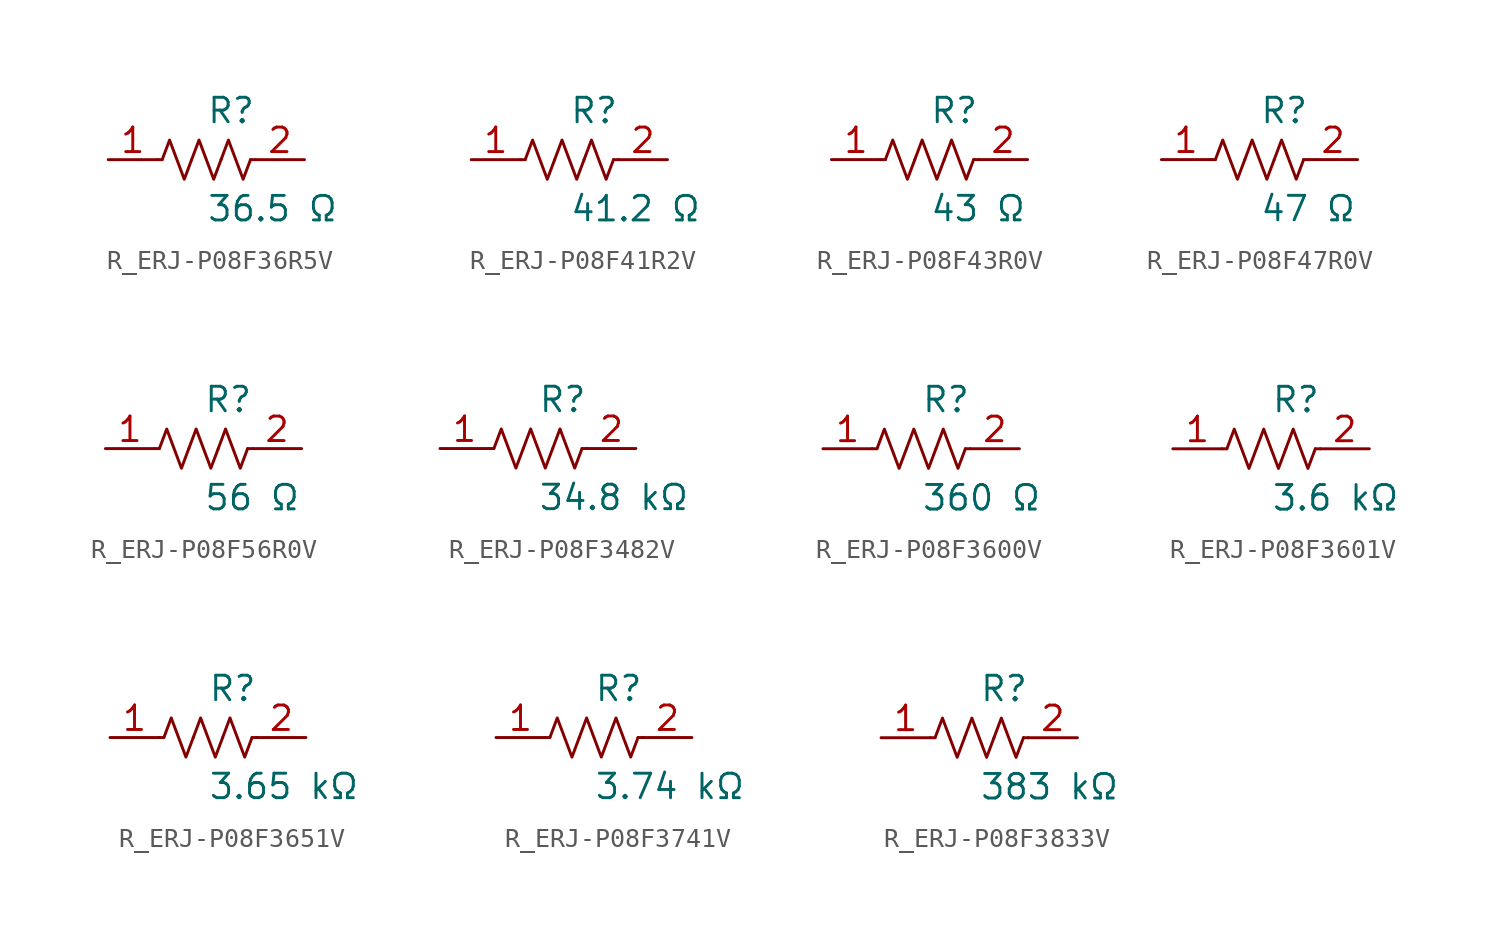
<source format=kicad_sym>
(kicad_symbol_lib
  (version 20231120)
  (generator kicad_symbol_editor)
  (generator_version 8.0)
  (symbol "R_ERJ-P08F36R5V"
    (pin_names
      (offset 0.254))
    (property "Reference" "R"
      (at 0.0 2.54 0)
      (effects (font (size 1.27 1.27)) (justify left)))
    (property "Value" "36.5 Ω"
      (at 0.0 -2.54 0)
      (effects (font (size 1.27 1.27)) (justify left)))
    (symbol "R_ERJ-P08F36R5V_0_1"
      (polyline (pts (xy 2.286 0) (xy 2.54 0)) (stroke (width 0) (type default)) (fill (type none)))
      (polyline (pts (xy -2.286 0) (xy -2.54 0)) (stroke (width 0) (type default)) (fill (type none)))
      (polyline (pts (xy 0.762 0) (xy 1.143 1.016) (xy 1.524 0) (xy 1.905 -1.016) (xy 2.286 0)) (stroke (width 0) (type default)) (fill (type none)))
      (polyline (pts (xy -0.762 0) (xy -0.381 1.016) (xy 0 0) (xy 0.381 -1.016) (xy 0.762 0)) (stroke (width 0) (type default)) (fill (type none)))
      (polyline (pts (xy -2.286 0) (xy -1.905 1.016) (xy -1.524 0) (xy -1.143 -1.016) (xy -0.762 0)) (stroke (width 0) (type default)) (fill (type none))))
    (pin unspecified line
      (at -5.08 0 0)
      (length 2.54)
      (name "" (effects (font (size 1.27 1.27))))
      (number "1" (effects (font (size 1.27 1.27)))))
    (pin unspecified line
      (at 5.08 0 180)
      (length 2.54)
      (name "" (effects (font (size 1.27 1.27))))
      (number "2" (effects (font (size 1.27 1.27))))))
  (symbol "R_ERJ-P08F41R2V"
    (pin_names
      (offset 0.254))
    (property "Reference" "R"
      (at 0.0 2.54 0)
      (effects (font (size 1.27 1.27)) (justify left)))
    (property "Value" "41.2 Ω"
      (at 0.0 -2.54 0)
      (effects (font (size 1.27 1.27)) (justify left)))
    (symbol "R_ERJ-P08F41R2V_0_1"
      (polyline (pts (xy 2.286 0) (xy 2.54 0)) (stroke (width 0) (type default)) (fill (type none)))
      (polyline (pts (xy -2.286 0) (xy -2.54 0)) (stroke (width 0) (type default)) (fill (type none)))
      (polyline (pts (xy 0.762 0) (xy 1.143 1.016) (xy 1.524 0) (xy 1.905 -1.016) (xy 2.286 0)) (stroke (width 0) (type default)) (fill (type none)))
      (polyline (pts (xy -0.762 0) (xy -0.381 1.016) (xy 0 0) (xy 0.381 -1.016) (xy 0.762 0)) (stroke (width 0) (type default)) (fill (type none)))
      (polyline (pts (xy -2.286 0) (xy -1.905 1.016) (xy -1.524 0) (xy -1.143 -1.016) (xy -0.762 0)) (stroke (width 0) (type default)) (fill (type none))))
    (pin unspecified line
      (at -5.08 0 0)
      (length 2.54)
      (name "" (effects (font (size 1.27 1.27))))
      (number "1" (effects (font (size 1.27 1.27)))))
    (pin unspecified line
      (at 5.08 0 180)
      (length 2.54)
      (name "" (effects (font (size 1.27 1.27))))
      (number "2" (effects (font (size 1.27 1.27))))))
  (symbol "R_ERJ-P08F43R0V"
    (pin_names
      (offset 0.254))
    (property "Reference" "R"
      (at 0.0 2.54 0)
      (effects (font (size 1.27 1.27)) (justify left)))
    (property "Value" "43 Ω"
      (at 0.0 -2.54 0)
      (effects (font (size 1.27 1.27)) (justify left)))
    (symbol "R_ERJ-P08F43R0V_0_1"
      (polyline (pts (xy 2.286 0) (xy 2.54 0)) (stroke (width 0) (type default)) (fill (type none)))
      (polyline (pts (xy -2.286 0) (xy -2.54 0)) (stroke (width 0) (type default)) (fill (type none)))
      (polyline (pts (xy 0.762 0) (xy 1.143 1.016) (xy 1.524 0) (xy 1.905 -1.016) (xy 2.286 0)) (stroke (width 0) (type default)) (fill (type none)))
      (polyline (pts (xy -0.762 0) (xy -0.381 1.016) (xy 0 0) (xy 0.381 -1.016) (xy 0.762 0)) (stroke (width 0) (type default)) (fill (type none)))
      (polyline (pts (xy -2.286 0) (xy -1.905 1.016) (xy -1.524 0) (xy -1.143 -1.016) (xy -0.762 0)) (stroke (width 0) (type default)) (fill (type none))))
    (pin unspecified line
      (at -5.08 0 0)
      (length 2.54)
      (name "" (effects (font (size 1.27 1.27))))
      (number "1" (effects (font (size 1.27 1.27)))))
    (pin unspecified line
      (at 5.08 0 180)
      (length 2.54)
      (name "" (effects (font (size 1.27 1.27))))
      (number "2" (effects (font (size 1.27 1.27))))))
  (symbol "R_ERJ-P08F47R0V"
    (pin_names
      (offset 0.254))
    (property "Reference" "R"
      (at 0.0 2.54 0)
      (effects (font (size 1.27 1.27)) (justify left)))
    (property "Value" "47 Ω"
      (at 0.0 -2.54 0)
      (effects (font (size 1.27 1.27)) (justify left)))
    (symbol "R_ERJ-P08F47R0V_0_1"
      (polyline (pts (xy 2.286 0) (xy 2.54 0)) (stroke (width 0) (type default)) (fill (type none)))
      (polyline (pts (xy -2.286 0) (xy -2.54 0)) (stroke (width 0) (type default)) (fill (type none)))
      (polyline (pts (xy 0.762 0) (xy 1.143 1.016) (xy 1.524 0) (xy 1.905 -1.016) (xy 2.286 0)) (stroke (width 0) (type default)) (fill (type none)))
      (polyline (pts (xy -0.762 0) (xy -0.381 1.016) (xy 0 0) (xy 0.381 -1.016) (xy 0.762 0)) (stroke (width 0) (type default)) (fill (type none)))
      (polyline (pts (xy -2.286 0) (xy -1.905 1.016) (xy -1.524 0) (xy -1.143 -1.016) (xy -0.762 0)) (stroke (width 0) (type default)) (fill (type none))))
    (pin unspecified line
      (at -5.08 0 0)
      (length 2.54)
      (name "" (effects (font (size 1.27 1.27))))
      (number "1" (effects (font (size 1.27 1.27)))))
    (pin unspecified line
      (at 5.08 0 180)
      (length 2.54)
      (name "" (effects (font (size 1.27 1.27))))
      (number "2" (effects (font (size 1.27 1.27))))))
  (symbol "R_ERJ-P08F56R0V"
    (pin_names
      (offset 0.254))
    (property "Reference" "R"
      (at 0.0 2.54 0)
      (effects (font (size 1.27 1.27)) (justify left)))
    (property "Value" "56 Ω"
      (at 0.0 -2.54 0)
      (effects (font (size 1.27 1.27)) (justify left)))
    (symbol "R_ERJ-P08F56R0V_0_1"
      (polyline (pts (xy 2.286 0) (xy 2.54 0)) (stroke (width 0) (type default)) (fill (type none)))
      (polyline (pts (xy -2.286 0) (xy -2.54 0)) (stroke (width 0) (type default)) (fill (type none)))
      (polyline (pts (xy 0.762 0) (xy 1.143 1.016) (xy 1.524 0) (xy 1.905 -1.016) (xy 2.286 0)) (stroke (width 0) (type default)) (fill (type none)))
      (polyline (pts (xy -0.762 0) (xy -0.381 1.016) (xy 0 0) (xy 0.381 -1.016) (xy 0.762 0)) (stroke (width 0) (type default)) (fill (type none)))
      (polyline (pts (xy -2.286 0) (xy -1.905 1.016) (xy -1.524 0) (xy -1.143 -1.016) (xy -0.762 0)) (stroke (width 0) (type default)) (fill (type none))))
    (pin unspecified line
      (at -5.08 0 0)
      (length 2.54)
      (name "" (effects (font (size 1.27 1.27))))
      (number "1" (effects (font (size 1.27 1.27)))))
    (pin unspecified line
      (at 5.08 0 180)
      (length 2.54)
      (name "" (effects (font (size 1.27 1.27))))
      (number "2" (effects (font (size 1.27 1.27))))))
  (symbol "R_ERJ-P08F3482V"
    (pin_names
      (offset 0.254))
    (property "Reference" "R"
      (at 0.0 2.54 0)
      (effects (font (size 1.27 1.27)) (justify left)))
    (property "Value" "34.8 kΩ"
      (at 0.0 -2.54 0)
      (effects (font (size 1.27 1.27)) (justify left)))
    (symbol "R_ERJ-P08F3482V_0_1"
      (polyline (pts (xy 2.286 0) (xy 2.54 0)) (stroke (width 0) (type default)) (fill (type none)))
      (polyline (pts (xy -2.286 0) (xy -2.54 0)) (stroke (width 0) (type default)) (fill (type none)))
      (polyline (pts (xy 0.762 0) (xy 1.143 1.016) (xy 1.524 0) (xy 1.905 -1.016) (xy 2.286 0)) (stroke (width 0) (type default)) (fill (type none)))
      (polyline (pts (xy -0.762 0) (xy -0.381 1.016) (xy 0 0) (xy 0.381 -1.016) (xy 0.762 0)) (stroke (width 0) (type default)) (fill (type none)))
      (polyline (pts (xy -2.286 0) (xy -1.905 1.016) (xy -1.524 0) (xy -1.143 -1.016) (xy -0.762 0)) (stroke (width 0) (type default)) (fill (type none))))
    (pin unspecified line
      (at -5.08 0 0)
      (length 2.54)
      (name "" (effects (font (size 1.27 1.27))))
      (number "1" (effects (font (size 1.27 1.27)))))
    (pin unspecified line
      (at 5.08 0 180)
      (length 2.54)
      (name "" (effects (font (size 1.27 1.27))))
      (number "2" (effects (font (size 1.27 1.27))))))
  (symbol "R_ERJ-P08F3600V"
    (pin_names
      (offset 0.254))
    (property "Reference" "R"
      (at 0.0 2.54 0)
      (effects (font (size 1.27 1.27)) (justify left)))
    (property "Value" "360 Ω"
      (at 0.0 -2.54 0)
      (effects (font (size 1.27 1.27)) (justify left)))
    (symbol "R_ERJ-P08F3600V_0_1"
      (polyline (pts (xy 2.286 0) (xy 2.54 0)) (stroke (width 0) (type default)) (fill (type none)))
      (polyline (pts (xy -2.286 0) (xy -2.54 0)) (stroke (width 0) (type default)) (fill (type none)))
      (polyline (pts (xy 0.762 0) (xy 1.143 1.016) (xy 1.524 0) (xy 1.905 -1.016) (xy 2.286 0)) (stroke (width 0) (type default)) (fill (type none)))
      (polyline (pts (xy -0.762 0) (xy -0.381 1.016) (xy 0 0) (xy 0.381 -1.016) (xy 0.762 0)) (stroke (width 0) (type default)) (fill (type none)))
      (polyline (pts (xy -2.286 0) (xy -1.905 1.016) (xy -1.524 0) (xy -1.143 -1.016) (xy -0.762 0)) (stroke (width 0) (type default)) (fill (type none))))
    (pin unspecified line
      (at -5.08 0 0)
      (length 2.54)
      (name "" (effects (font (size 1.27 1.27))))
      (number "1" (effects (font (size 1.27 1.27)))))
    (pin unspecified line
      (at 5.08 0 180)
      (length 2.54)
      (name "" (effects (font (size 1.27 1.27))))
      (number "2" (effects (font (size 1.27 1.27))))))
  (symbol "R_ERJ-P08F3601V"
    (pin_names
      (offset 0.254))
    (property "Reference" "R"
      (at 0.0 2.54 0)
      (effects (font (size 1.27 1.27)) (justify left)))
    (property "Value" "3.6 kΩ"
      (at 0.0 -2.54 0)
      (effects (font (size 1.27 1.27)) (justify left)))
    (symbol "R_ERJ-P08F3601V_0_1"
      (polyline (pts (xy 2.286 0) (xy 2.54 0)) (stroke (width 0) (type default)) (fill (type none)))
      (polyline (pts (xy -2.286 0) (xy -2.54 0)) (stroke (width 0) (type default)) (fill (type none)))
      (polyline (pts (xy 0.762 0) (xy 1.143 1.016) (xy 1.524 0) (xy 1.905 -1.016) (xy 2.286 0)) (stroke (width 0) (type default)) (fill (type none)))
      (polyline (pts (xy -0.762 0) (xy -0.381 1.016) (xy 0 0) (xy 0.381 -1.016) (xy 0.762 0)) (stroke (width 0) (type default)) (fill (type none)))
      (polyline (pts (xy -2.286 0) (xy -1.905 1.016) (xy -1.524 0) (xy -1.143 -1.016) (xy -0.762 0)) (stroke (width 0) (type default)) (fill (type none))))
    (pin unspecified line
      (at -5.08 0 0)
      (length 2.54)
      (name "" (effects (font (size 1.27 1.27))))
      (number "1" (effects (font (size 1.27 1.27)))))
    (pin unspecified line
      (at 5.08 0 180)
      (length 2.54)
      (name "" (effects (font (size 1.27 1.27))))
      (number "2" (effects (font (size 1.27 1.27))))))
  (symbol "R_ERJ-P08F3651V"
    (pin_names
      (offset 0.254))
    (property "Reference" "R"
      (at 0.0 2.54 0)
      (effects (font (size 1.27 1.27)) (justify left)))
    (property "Value" "3.65 kΩ"
      (at 0.0 -2.54 0)
      (effects (font (size 1.27 1.27)) (justify left)))
    (symbol "R_ERJ-P08F3651V_0_1"
      (polyline (pts (xy 2.286 0) (xy 2.54 0)) (stroke (width 0) (type default)) (fill (type none)))
      (polyline (pts (xy -2.286 0) (xy -2.54 0)) (stroke (width 0) (type default)) (fill (type none)))
      (polyline (pts (xy 0.762 0) (xy 1.143 1.016) (xy 1.524 0) (xy 1.905 -1.016) (xy 2.286 0)) (stroke (width 0) (type default)) (fill (type none)))
      (polyline (pts (xy -0.762 0) (xy -0.381 1.016) (xy 0 0) (xy 0.381 -1.016) (xy 0.762 0)) (stroke (width 0) (type default)) (fill (type none)))
      (polyline (pts (xy -2.286 0) (xy -1.905 1.016) (xy -1.524 0) (xy -1.143 -1.016) (xy -0.762 0)) (stroke (width 0) (type default)) (fill (type none))))
    (pin unspecified line
      (at -5.08 0 0)
      (length 2.54)
      (name "" (effects (font (size 1.27 1.27))))
      (number "1" (effects (font (size 1.27 1.27)))))
    (pin unspecified line
      (at 5.08 0 180)
      (length 2.54)
      (name "" (effects (font (size 1.27 1.27))))
      (number "2" (effects (font (size 1.27 1.27))))))
  (symbol "R_ERJ-P08F3741V"
    (pin_names
      (offset 0.254))
    (property "Reference" "R"
      (at 0.0 2.54 0)
      (effects (font (size 1.27 1.27)) (justify left)))
    (property "Value" "3.74 kΩ"
      (at 0.0 -2.54 0)
      (effects (font (size 1.27 1.27)) (justify left)))
    (symbol "R_ERJ-P08F3741V_0_1"
      (polyline (pts (xy 2.286 0) (xy 2.54 0)) (stroke (width 0) (type default)) (fill (type none)))
      (polyline (pts (xy -2.286 0) (xy -2.54 0)) (stroke (width 0) (type default)) (fill (type none)))
      (polyline (pts (xy 0.762 0) (xy 1.143 1.016) (xy 1.524 0) (xy 1.905 -1.016) (xy 2.286 0)) (stroke (width 0) (type default)) (fill (type none)))
      (polyline (pts (xy -0.762 0) (xy -0.381 1.016) (xy 0 0) (xy 0.381 -1.016) (xy 0.762 0)) (stroke (width 0) (type default)) (fill (type none)))
      (polyline (pts (xy -2.286 0) (xy -1.905 1.016) (xy -1.524 0) (xy -1.143 -1.016) (xy -0.762 0)) (stroke (width 0) (type default)) (fill (type none))))
    (pin unspecified line
      (at -5.08 0 0)
      (length 2.54)
      (name "" (effects (font (size 1.27 1.27))))
      (number "1" (effects (font (size 1.27 1.27)))))
    (pin unspecified line
      (at 5.08 0 180)
      (length 2.54)
      (name "" (effects (font (size 1.27 1.27))))
      (number "2" (effects (font (size 1.27 1.27))))))
  (symbol "R_ERJ-P08F3833V"
    (pin_names
      (offset 0.254))
    (property "Reference" "R"
      (at 0.0 2.54 0)
      (effects (font (size 1.27 1.27)) (justify left)))
    (property "Value" "383 kΩ"
      (at 0.0 -2.54 0)
      (effects (font (size 1.27 1.27)) (justify left)))
    (symbol "R_ERJ-P08F3833V_0_1"
      (polyline (pts (xy 2.286 0) (xy 2.54 0)) (stroke (width 0) (type default)) (fill (type none)))
      (polyline (pts (xy -2.286 0) (xy -2.54 0)) (stroke (width 0) (type default)) (fill (type none)))
      (polyline (pts (xy 0.762 0) (xy 1.143 1.016) (xy 1.524 0) (xy 1.905 -1.016) (xy 2.286 0)) (stroke (width 0) (type default)) (fill (type none)))
      (polyline (pts (xy -0.762 0) (xy -0.381 1.016) (xy 0 0) (xy 0.381 -1.016) (xy 0.762 0)) (stroke (width 0) (type default)) (fill (type none)))
      (polyline (pts (xy -2.286 0) (xy -1.905 1.016) (xy -1.524 0) (xy -1.143 -1.016) (xy -0.762 0)) (stroke (width 0) (type default)) (fill (type none))))
    (pin unspecified line
      (at -5.08 0 0)
      (length 2.54)
      (name "" (effects (font (size 1.27 1.27))))
      (number "1" (effects (font (size 1.27 1.27)))))
    (pin unspecified line
      (at 5.08 0 180)
      (length 2.54)
      (name "" (effects (font (size 1.27 1.27))))
      (number "2" (effects (font (size 1.27 1.27)))))))
</source>
